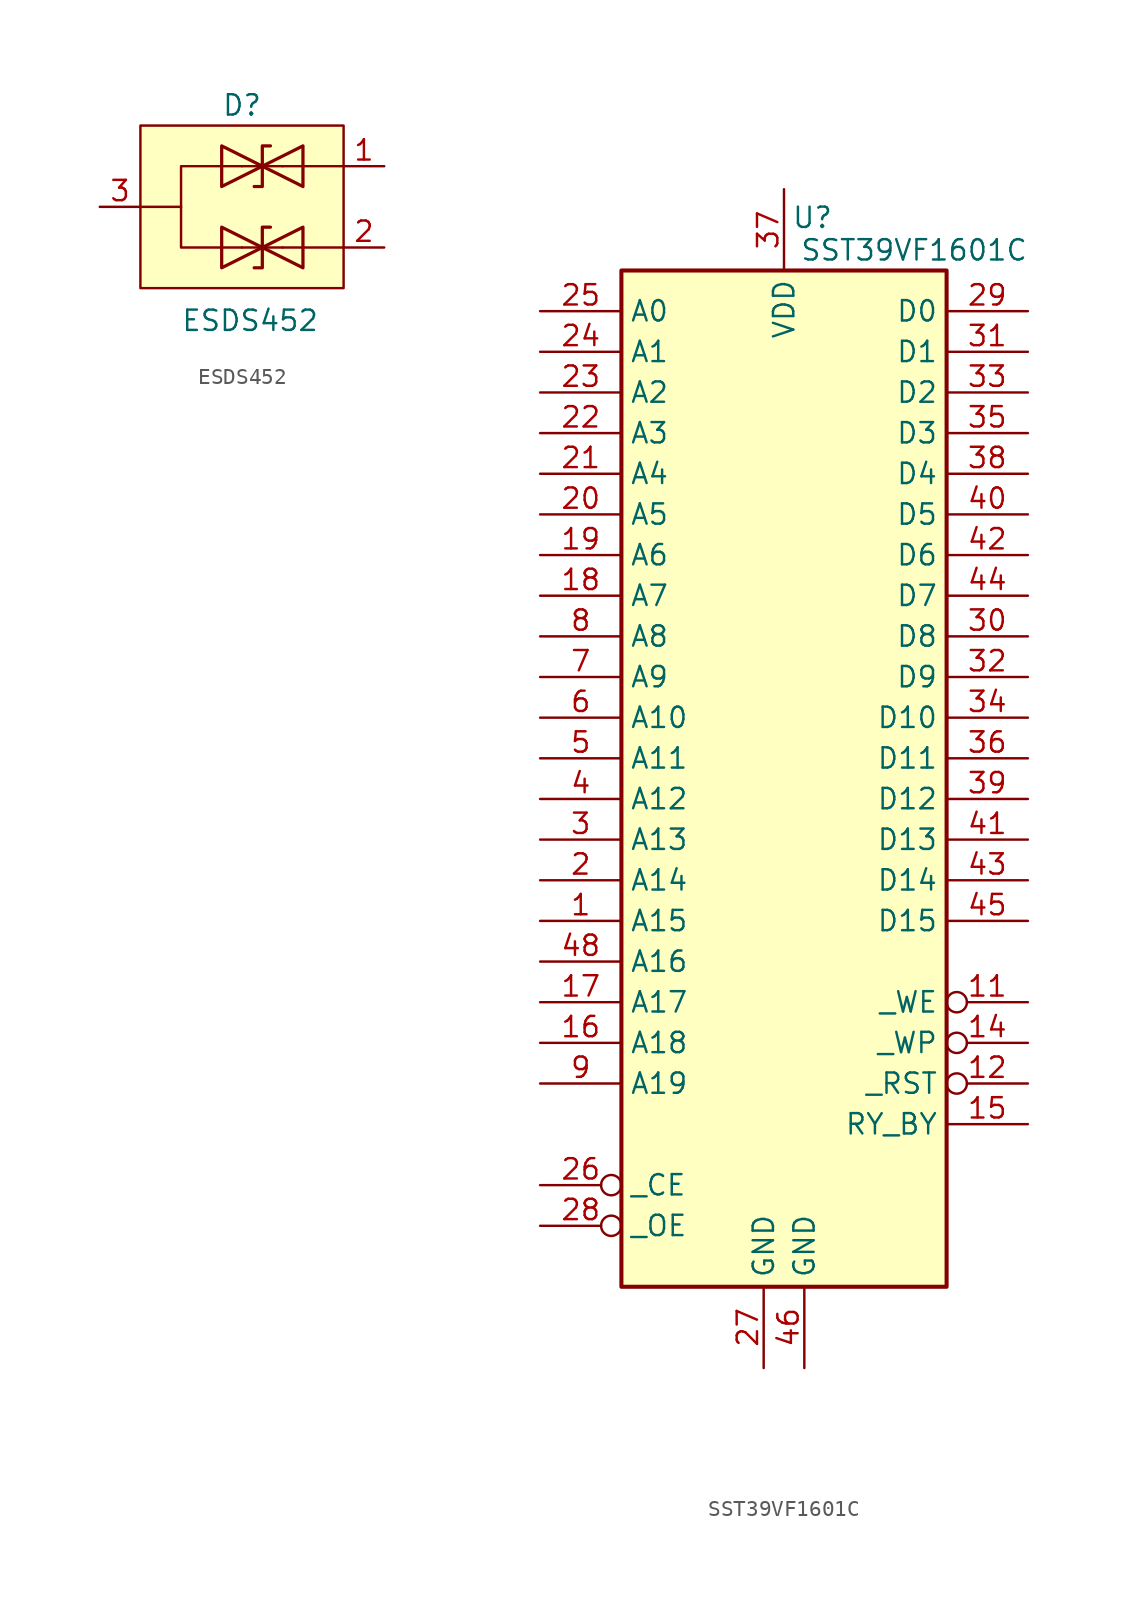
<source format=kicad_sym>
(kicad_symbol_lib
  (version 20231120)
  (generator "kicad_symbol_editor")
  (generator_version "8.0")
  (symbol "ESDS452"
    (pin_names
      (offset 1.016) hide)
    (property "Reference" "D"
      (at 0 5.08 0)
      (effects (font (size 1.27 1.27))))
    (property "Value" "ESDS452"
      (at 0.508 -8.382 0)
      (effects (font (size 1.27 1.27))))
    (symbol "ESDS452_0_1"
      (polyline (pts (xy -6.35 -1.27) (xy -3.81 -1.27)) (stroke (width 0) (type default)) (fill (type none)))
      (polyline (pts (xy 2.54 -3.81) (xy 0 -3.81)) (stroke (width 0) (type default)) (fill (type none)))
      (polyline (pts (xy 2.54 1.27) (xy 0 1.27)) (stroke (width 0) (type default)) (fill (type none)))
      (polyline (pts (xy 6.35 -3.81) (xy 2.54 -3.81)) (stroke (width 0) (type default)) (fill (type none)))
      (polyline (pts (xy 6.35 1.27) (xy 2.54 1.27)) (stroke (width 0) (type default)) (fill (type none)))
      (polyline (pts (xy 0 -3.81) (xy -3.81 -3.81) (xy -3.81 -1.27)) (stroke (width 0) (type default)) (fill (type none)))
      (polyline (pts (xy 0 1.27) (xy -3.81 1.27) (xy -3.81 -1.27)) (stroke (width 0) (type default)) (fill (type none)))
      (polyline (pts (xy -1.27 -5.08) (xy 1.27 -3.81) (xy -1.27 -2.54) (xy -1.27 -5.08)) (stroke (width 0.203) (type default)) (fill (type none)))
      (polyline (pts (xy -1.27 0) (xy 1.27 1.27) (xy -1.27 2.54) (xy -1.27 0)) (stroke (width 0.203) (type default)) (fill (type none)))
      (polyline (pts (xy 1.778 -2.54) (xy 1.27 -2.54) (xy 1.27 -5.08) (xy 0.762 -5.08)) (stroke (width 0.203) (type default)) (fill (type none)))
      (polyline (pts (xy 1.778 2.54) (xy 1.27 2.54) (xy 1.27 0) (xy 0.762 0)) (stroke (width 0.203) (type default)) (fill (type none)))
      (polyline (pts (xy 3.81 -2.54) (xy 3.81 -5.08) (xy 1.27 -3.81) (xy 3.81 -2.54)) (stroke (width 0.203) (type default)) (fill (type none)))
      (polyline (pts (xy 3.81 2.54) (xy 3.81 0) (xy 1.27 1.27) (xy 3.81 2.54)) (stroke (width 0.203) (type default)) (fill (type none))))
    (symbol "ESDS452_1_1"
      (rectangle (start -6.35 3.81) (end 6.35 -6.35) (stroke (width 0) (type default)) (fill (type background)))
      (pin passive line (at 8.89 1.27 180) (length 2.54) (name "IO1" (effects (font (size 1.27 1.27)))) (number "1" (effects (font (size 1.27 1.27)))))
      (pin passive line (at 8.89 -3.81 180) (length 2.54) (name "IO2" (effects (font (size 1.27 1.27)))) (number "2" (effects (font (size 1.27 1.27)))))
      (pin passive line (at -8.89 -1.27 0) (length 2.54) (name "GND" (effects (font (size 1.27 1.27)))) (number "3" (effects (font (size 1.27 1.27)))))))
  (symbol "SST39VF1601C"
    (property "Reference" "U"
      (at 1.778 36.322 0)
      (effects (font (size 1.27 1.27))))
    (property "Value" "SST39VF1601C"
      (at 8.128 34.29 0)
      (effects (font (size 1.27 1.27))))
    (symbol "SST39VF1601C_0_0"
      (pin power_in line (at -1.27 -35.56 90) (length 5.08) (name "GND" (effects (font (size 1.27 1.27)))) (number "27" (effects (font (size 1.27 1.27)))))
      (pin power_in line (at 0 38.1 270) (length 5.08) (name "VDD" (effects (font (size 1.27 1.27)))) (number "37" (effects (font (size 1.27 1.27))))))
    (symbol "SST39VF1601C_0_1"
      (rectangle (start -10.16 33.02) (end 10.16 -30.48) (stroke (width 0.254) (type default)) (fill (type background))))
    (symbol "SST39VF1601C_1_0"
      (pin no_connect line (at 15.24 -25.4 180) (length 5.08) hide (name "NC" (effects (font (size 1.27 1.27)))) (number "10" (effects (font (size 1.27 1.27)))))
      (pin input inverted (at 15.24 -12.7 180) (length 5.08) (name "_WE" (effects (font (size 1.27 1.27)))) (number "11" (effects (font (size 1.27 1.27)))))
      (pin input inverted (at 15.24 -17.78 180) (length 5.08) (name "_RST" (effects (font (size 1.27 1.27)))) (number "12" (effects (font (size 1.27 1.27)))))
      (pin no_connect line (at 15.24 -25.4 180) (length 5.08) hide (name "NC" (effects (font (size 1.27 1.27)))) (number "13" (effects (font (size 1.27 1.27)))))
      (pin input inverted (at 15.24 -15.24 180) (length 5.08) (name "_WP" (effects (font (size 1.27 1.27)))) (number "14" (effects (font (size 1.27 1.27)))))
      (pin input line (at 15.24 -20.32 180) (length 5.08) (name "RY_BY" (effects (font (size 1.27 1.27)))) (number "15" (effects (font (size 1.27 1.27)))))
      (pin tri_state line (at 15.24 10.16 180) (length 5.08) (name "D8" (effects (font (size 1.27 1.27)))) (number "30" (effects (font (size 1.27 1.27)))))
      (pin tri_state line (at 15.24 7.62 180) (length 5.08) (name "D9" (effects (font (size 1.27 1.27)))) (number "32" (effects (font (size 1.27 1.27)))))
      (pin tri_state line (at 15.24 5.08 180) (length 5.08) (name "D10" (effects (font (size 1.27 1.27)))) (number "34" (effects (font (size 1.27 1.27)))))
      (pin tri_state line (at 15.24 2.54 180) (length 5.08) (name "D11" (effects (font (size 1.27 1.27)))) (number "36" (effects (font (size 1.27 1.27)))))
      (pin tri_state line (at 15.24 0 180) (length 5.08) (name "D12" (effects (font (size 1.27 1.27)))) (number "39" (effects (font (size 1.27 1.27)))))
      (pin tri_state line (at 15.24 -2.54 180) (length 5.08) (name "D13" (effects (font (size 1.27 1.27)))) (number "41" (effects (font (size 1.27 1.27)))))
      (pin tri_state line (at 15.24 -5.08 180) (length 5.08) (name "D14" (effects (font (size 1.27 1.27)))) (number "43" (effects (font (size 1.27 1.27)))))
      (pin tri_state line (at 15.24 -7.62 180) (length 5.08) (name "D15" (effects (font (size 1.27 1.27)))) (number "45" (effects (font (size 1.27 1.27)))))
      (pin power_in line (at 1.27 -35.56 90) (length 5.08) (name "GND" (effects (font (size 1.27 1.27)))) (number "46" (effects (font (size 1.27 1.27)))))
      (pin no_connect line (at 15.24 -25.4 180) (length 5.08) hide (name "NC" (effects (font (size 1.27 1.27)))) (number "47" (effects (font (size 1.27 1.27))))))
    (symbol "SST39VF1601C_1_1"
      (pin input line (at -15.24 -7.62 0) (length 5.08) (name "A15" (effects (font (size 1.27 1.27)))) (number "1" (effects (font (size 1.27 1.27)))))
      (pin input line (at -15.24 -15.24 0) (length 5.08) (name "A18" (effects (font (size 1.27 1.27)))) (number "16" (effects (font (size 1.27 1.27)))))
      (pin input line (at -15.24 -12.7 0) (length 5.08) (name "A17" (effects (font (size 1.27 1.27)))) (number "17" (effects (font (size 1.27 1.27)))))
      (pin input line (at -15.24 12.7 0) (length 5.08) (name "A7" (effects (font (size 1.27 1.27)))) (number "18" (effects (font (size 1.27 1.27)))))
      (pin input line (at -15.24 15.24 0) (length 5.08) (name "A6" (effects (font (size 1.27 1.27)))) (number "19" (effects (font (size 1.27 1.27)))))
      (pin input line (at -15.24 -5.08 0) (length 5.08) (name "A14" (effects (font (size 1.27 1.27)))) (number "2" (effects (font (size 1.27 1.27)))))
      (pin input line (at -15.24 17.78 0) (length 5.08) (name "A5" (effects (font (size 1.27 1.27)))) (number "20" (effects (font (size 1.27 1.27)))))
      (pin input line (at -15.24 20.32 0) (length 5.08) (name "A4" (effects (font (size 1.27 1.27)))) (number "21" (effects (font (size 1.27 1.27)))))
      (pin input line (at -15.24 22.86 0) (length 5.08) (name "A3" (effects (font (size 1.27 1.27)))) (number "22" (effects (font (size 1.27 1.27)))))
      (pin input line (at -15.24 25.4 0) (length 5.08) (name "A2" (effects (font (size 1.27 1.27)))) (number "23" (effects (font (size 1.27 1.27)))))
      (pin input line (at -15.24 27.94 0) (length 5.08) (name "A1" (effects (font (size 1.27 1.27)))) (number "24" (effects (font (size 1.27 1.27)))))
      (pin input line (at -15.24 30.48 0) (length 5.08) (name "A0" (effects (font (size 1.27 1.27)))) (number "25" (effects (font (size 1.27 1.27)))))
      (pin input inverted (at -15.24 -24.13 0) (length 5.08) (name "_CE" (effects (font (size 1.27 1.27)))) (number "26" (effects (font (size 1.27 1.27)))))
      (pin input inverted (at -15.24 -26.67 0) (length 5.08) (name "_OE" (effects (font (size 1.27 1.27)))) (number "28" (effects (font (size 1.27 1.27)))))
      (pin tri_state line (at 15.24 30.48 180) (length 5.08) (name "D0" (effects (font (size 1.27 1.27)))) (number "29" (effects (font (size 1.27 1.27)))))
      (pin input line (at -15.24 -2.54 0) (length 5.08) (name "A13" (effects (font (size 1.27 1.27)))) (number "3" (effects (font (size 1.27 1.27)))))
      (pin tri_state line (at 15.24 27.94 180) (length 5.08) (name "D1" (effects (font (size 1.27 1.27)))) (number "31" (effects (font (size 1.27 1.27)))))
      (pin tri_state line (at 15.24 25.4 180) (length 5.08) (name "D2" (effects (font (size 1.27 1.27)))) (number "33" (effects (font (size 1.27 1.27)))))
      (pin tri_state line (at 15.24 22.86 180) (length 5.08) (name "D3" (effects (font (size 1.27 1.27)))) (number "35" (effects (font (size 1.27 1.27)))))
      (pin tri_state line (at 15.24 20.32 180) (length 5.08) (name "D4" (effects (font (size 1.27 1.27)))) (number "38" (effects (font (size 1.27 1.27)))))
      (pin input line (at -15.24 0 0) (length 5.08) (name "A12" (effects (font (size 1.27 1.27)))) (number "4" (effects (font (size 1.27 1.27)))))
      (pin tri_state line (at 15.24 17.78 180) (length 5.08) (name "D5" (effects (font (size 1.27 1.27)))) (number "40" (effects (font (size 1.27 1.27)))))
      (pin tri_state line (at 15.24 15.24 180) (length 5.08) (name "D6" (effects (font (size 1.27 1.27)))) (number "42" (effects (font (size 1.27 1.27)))))
      (pin tri_state line (at 15.24 12.7 180) (length 5.08) (name "D7" (effects (font (size 1.27 1.27)))) (number "44" (effects (font (size 1.27 1.27)))))
      (pin input line (at -15.24 -10.16 0) (length 5.08) (name "A16" (effects (font (size 1.27 1.27)))) (number "48" (effects (font (size 1.27 1.27)))))
      (pin input line (at -15.24 2.54 0) (length 5.08) (name "A11" (effects (font (size 1.27 1.27)))) (number "5" (effects (font (size 1.27 1.27)))))
      (pin input line (at -15.24 5.08 0) (length 5.08) (name "A10" (effects (font (size 1.27 1.27)))) (number "6" (effects (font (size 1.27 1.27)))))
      (pin input line (at -15.24 7.62 0) (length 5.08) (name "A9" (effects (font (size 1.27 1.27)))) (number "7" (effects (font (size 1.27 1.27)))))
      (pin input line (at -15.24 10.16 0) (length 5.08) (name "A8" (effects (font (size 1.27 1.27)))) (number "8" (effects (font (size 1.27 1.27)))))
      (pin input line (at -15.24 -17.78 0) (length 5.08) (name "A19" (effects (font (size 1.27 1.27)))) (number "9" (effects (font (size 1.27 1.27))))))))
</source>
